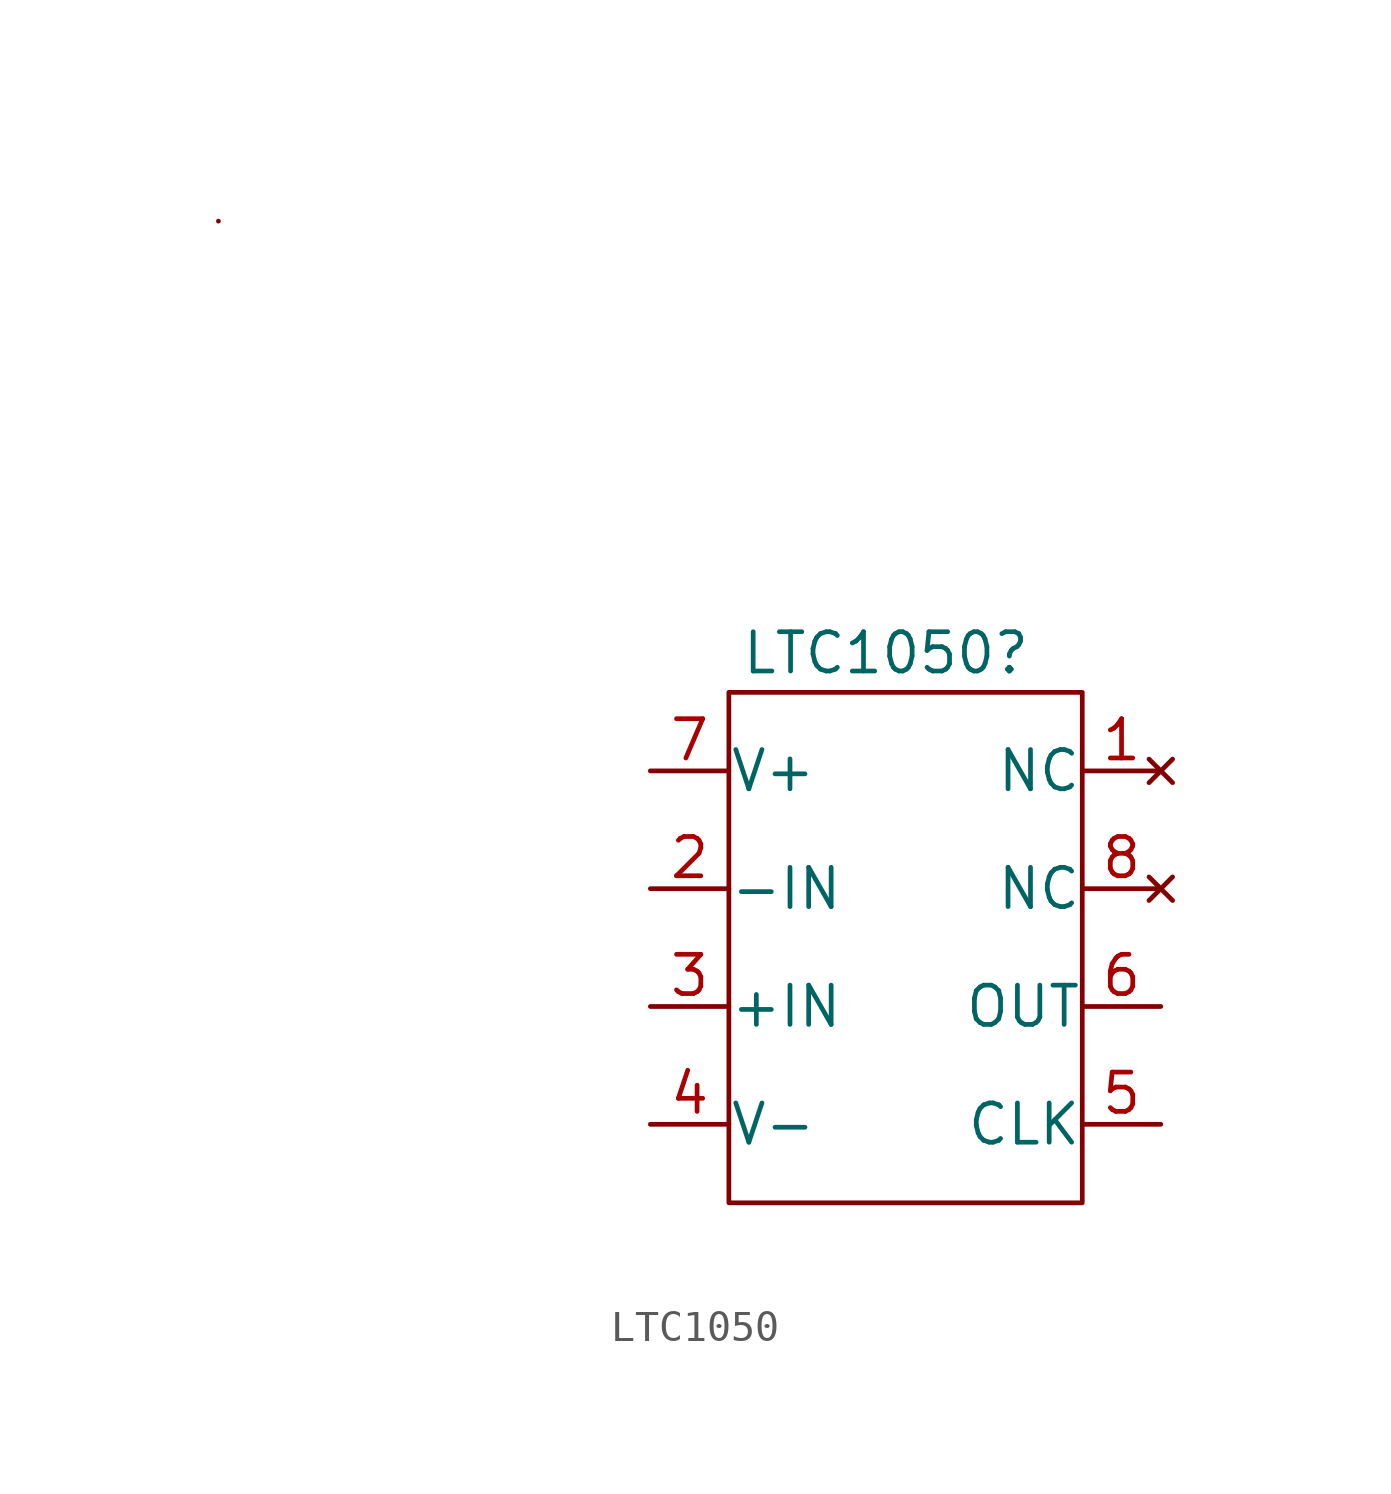
<source format=kicad_sym>
(kicad_symbol_lib
  (version 20241209)
  (generator "kicad_symbol_editor")
  (generator_version "9.0")
  (symbol "LTC1050"
    (pin_names
      (offset 0.002))
    (property "Reference" "LTC1050"
      (at -1.27 5.08 0)
      (effects (font (size 1.27 1.27))))
    (property "Value" ""
      (at 0 0 0)
      (effects (font (size 1.27 1.27))))
    (symbol "LTC1050_0_1"
      (rectangle (start -22.86 19.05) (end -22.86 19.05) (stroke (width 0) (type default)) (fill (type none)))
      (rectangle (start -6.35 3.81) (end 5.08 -12.7) (stroke (width 0) (type default)) (fill (type none))))
    (symbol "LTC1050_1_1"
      (pin input line (at -8.89 1.27 0) (length 2.54) (name "V+" (effects (font (size 1.27 1.27)))) (number "7" (effects (font (size 1.27 1.27)))))
      (pin input line (at -8.89 -2.54 0) (length 2.54) (name "-IN" (effects (font (size 1.27 1.27)))) (number "2" (effects (font (size 1.27 1.27)))))
      (pin input line (at -8.89 -6.35 0) (length 2.54) (name "+IN" (effects (font (size 1.27 1.27)))) (number "3" (effects (font (size 1.27 1.27)))))
      (pin input line (at -8.89 -10.16 0) (length 2.54) (name "V-" (effects (font (size 1.27 1.27)))) (number "4" (effects (font (size 1.27 1.27)))))
      (pin no_connect line (at 7.62 1.27 180) (length 2.54) (name "NC" (effects (font (size 1.27 1.27)))) (number "1" (effects (font (size 1.27 1.27)))))
      (pin no_connect line (at 7.62 -2.54 180) (length 2.54) (name "NC" (effects (font (size 1.27 1.27)))) (number "8" (effects (font (size 1.27 1.27)))))
      (pin output line (at 7.62 -6.35 180) (length 2.54) (name "OUT" (effects (font (size 1.27 1.27)))) (number "6" (effects (font (size 1.27 1.27)))))
      (pin input line (at 7.62 -10.16 180) (length 2.54) (name "CLK" (effects (font (size 1.27 1.27)))) (number "5" (effects (font (size 1.27 1.27))))))))
</source>
